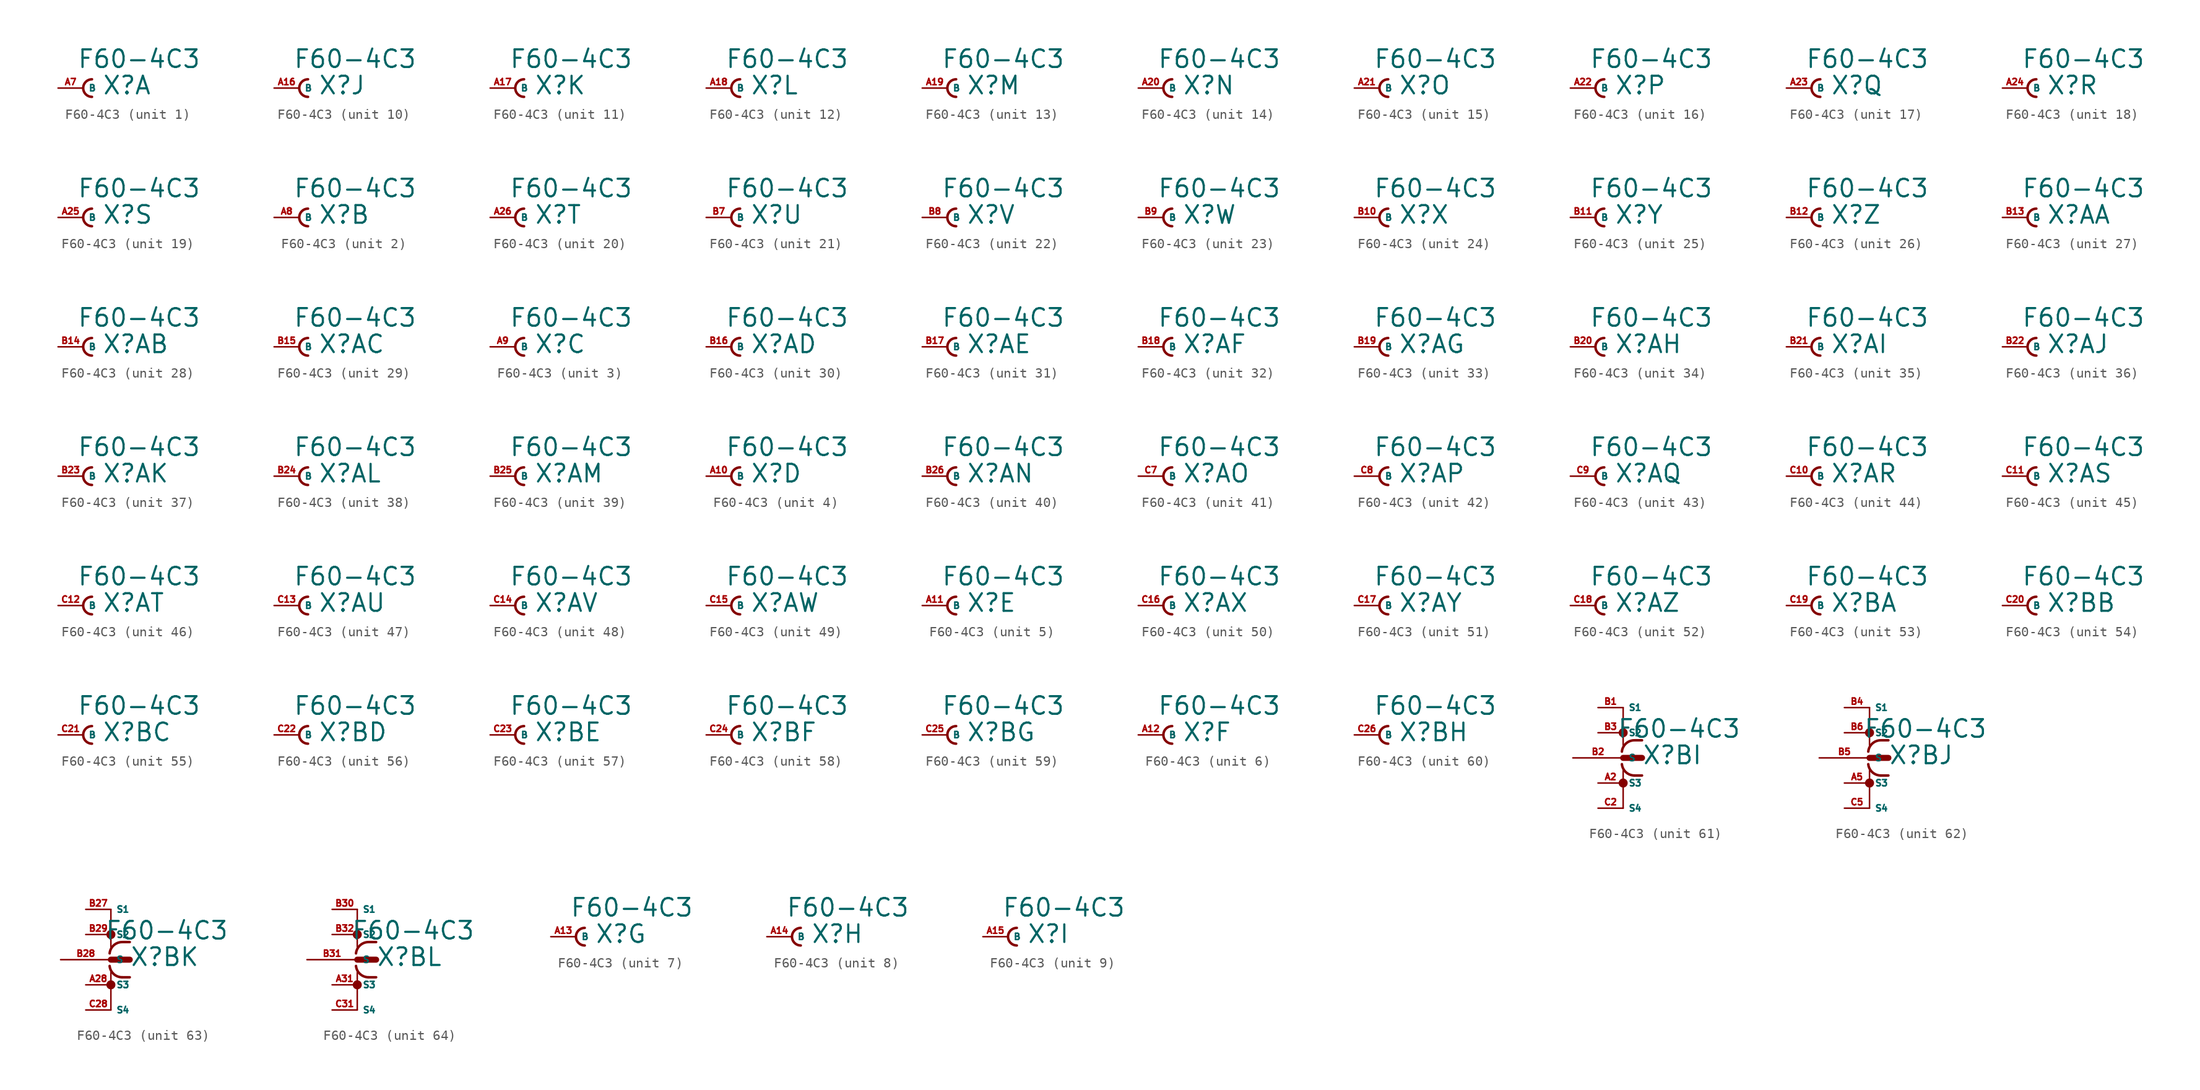
<source format=kicad_sym>
(kicad_symbol_lib
  (version 20220914)
  (generator Eagle2Kicad)
  (symbol "F60-4C3"
    (property "Reference" "X"
      (at 1.905 -0.762 0)
      (effects (font (size 1.778 1.778) (thickness 0.22)) (justify left bottom)))
    (property "Value" "F60-4C3"
      (at -0.635 1.905 0)
      (effects (font (size 1.778 1.778) (thickness 0.22)) (justify left bottom)))
    (symbol "F60-4C3_1_0"
      (arc (start 0.889 0.889) (mid 0.000 0.000) (end 0.889 -0.889) (stroke (width 0.254) (type default)) (fill (type none)))
      (pin passive line (at -2.54 0 0) (length 2.54) (name "B" (effects (font (size 0.635 0.635) (thickness 0.08)) (justify left bottom))) (number "A7" (effects (font (size 0.635 0.635) (thickness 0.08)) (justify left bottom)))))
    (symbol "F60-4C3_2_0"
      (arc (start 0.889 0.889) (mid 0.000 0.000) (end 0.889 -0.889) (stroke (width 0.254) (type default)) (fill (type none)))
      (pin passive line (at -2.54 0 0) (length 2.54) (name "B" (effects (font (size 0.635 0.635) (thickness 0.08)) (justify left bottom))) (number "A8" (effects (font (size 0.635 0.635) (thickness 0.08)) (justify left bottom)))))
    (symbol "F60-4C3_3_0"
      (arc (start 0.889 0.889) (mid 0.000 0.000) (end 0.889 -0.889) (stroke (width 0.254) (type default)) (fill (type none)))
      (pin passive line (at -2.54 0 0) (length 2.54) (name "B" (effects (font (size 0.635 0.635) (thickness 0.08)) (justify left bottom))) (number "A9" (effects (font (size 0.635 0.635) (thickness 0.08)) (justify left bottom)))))
    (symbol "F60-4C3_4_0"
      (arc (start 0.889 0.889) (mid 0.000 0.000) (end 0.889 -0.889) (stroke (width 0.254) (type default)) (fill (type none)))
      (pin passive line (at -2.54 0 0) (length 2.54) (name "B" (effects (font (size 0.635 0.635) (thickness 0.08)) (justify left bottom))) (number "A10" (effects (font (size 0.635 0.635) (thickness 0.08)) (justify left bottom)))))
    (symbol "F60-4C3_5_0"
      (arc (start 0.889 0.889) (mid 0.000 0.000) (end 0.889 -0.889) (stroke (width 0.254) (type default)) (fill (type none)))
      (pin passive line (at -2.54 0 0) (length 2.54) (name "B" (effects (font (size 0.635 0.635) (thickness 0.08)) (justify left bottom))) (number "A11" (effects (font (size 0.635 0.635) (thickness 0.08)) (justify left bottom)))))
    (symbol "F60-4C3_6_0"
      (arc (start 0.889 0.889) (mid 0.000 0.000) (end 0.889 -0.889) (stroke (width 0.254) (type default)) (fill (type none)))
      (pin passive line (at -2.54 0 0) (length 2.54) (name "B" (effects (font (size 0.635 0.635) (thickness 0.08)) (justify left bottom))) (number "A12" (effects (font (size 0.635 0.635) (thickness 0.08)) (justify left bottom)))))
    (symbol "F60-4C3_7_0"
      (arc (start 0.889 0.889) (mid 0.000 0.000) (end 0.889 -0.889) (stroke (width 0.254) (type default)) (fill (type none)))
      (pin passive line (at -2.54 0 0) (length 2.54) (name "B" (effects (font (size 0.635 0.635) (thickness 0.08)) (justify left bottom))) (number "A13" (effects (font (size 0.635 0.635) (thickness 0.08)) (justify left bottom)))))
    (symbol "F60-4C3_8_0"
      (arc (start 0.889 0.889) (mid 0.000 0.000) (end 0.889 -0.889) (stroke (width 0.254) (type default)) (fill (type none)))
      (pin passive line (at -2.54 0 0) (length 2.54) (name "B" (effects (font (size 0.635 0.635) (thickness 0.08)) (justify left bottom))) (number "A14" (effects (font (size 0.635 0.635) (thickness 0.08)) (justify left bottom)))))
    (symbol "F60-4C3_9_0"
      (arc (start 0.889 0.889) (mid 0.000 0.000) (end 0.889 -0.889) (stroke (width 0.254) (type default)) (fill (type none)))
      (pin passive line (at -2.54 0 0) (length 2.54) (name "B" (effects (font (size 0.635 0.635) (thickness 0.08)) (justify left bottom))) (number "A15" (effects (font (size 0.635 0.635) (thickness 0.08)) (justify left bottom)))))
    (symbol "F60-4C3_10_0"
      (arc (start 0.889 0.889) (mid 0.000 0.000) (end 0.889 -0.889) (stroke (width 0.254) (type default)) (fill (type none)))
      (pin passive line (at -2.54 0 0) (length 2.54) (name "B" (effects (font (size 0.635 0.635) (thickness 0.08)) (justify left bottom))) (number "A16" (effects (font (size 0.635 0.635) (thickness 0.08)) (justify left bottom)))))
    (symbol "F60-4C3_11_0"
      (arc (start 0.889 0.889) (mid 0.000 0.000) (end 0.889 -0.889) (stroke (width 0.254) (type default)) (fill (type none)))
      (pin passive line (at -2.54 0 0) (length 2.54) (name "B" (effects (font (size 0.635 0.635) (thickness 0.08)) (justify left bottom))) (number "A17" (effects (font (size 0.635 0.635) (thickness 0.08)) (justify left bottom)))))
    (symbol "F60-4C3_12_0"
      (arc (start 0.889 0.889) (mid 0.000 0.000) (end 0.889 -0.889) (stroke (width 0.254) (type default)) (fill (type none)))
      (pin passive line (at -2.54 0 0) (length 2.54) (name "B" (effects (font (size 0.635 0.635) (thickness 0.08)) (justify left bottom))) (number "A18" (effects (font (size 0.635 0.635) (thickness 0.08)) (justify left bottom)))))
    (symbol "F60-4C3_13_0"
      (arc (start 0.889 0.889) (mid 0.000 0.000) (end 0.889 -0.889) (stroke (width 0.254) (type default)) (fill (type none)))
      (pin passive line (at -2.54 0 0) (length 2.54) (name "B" (effects (font (size 0.635 0.635) (thickness 0.08)) (justify left bottom))) (number "A19" (effects (font (size 0.635 0.635) (thickness 0.08)) (justify left bottom)))))
    (symbol "F60-4C3_14_0"
      (arc (start 0.889 0.889) (mid 0.000 0.000) (end 0.889 -0.889) (stroke (width 0.254) (type default)) (fill (type none)))
      (pin passive line (at -2.54 0 0) (length 2.54) (name "B" (effects (font (size 0.635 0.635) (thickness 0.08)) (justify left bottom))) (number "A20" (effects (font (size 0.635 0.635) (thickness 0.08)) (justify left bottom)))))
    (symbol "F60-4C3_15_0"
      (arc (start 0.889 0.889) (mid 0.000 0.000) (end 0.889 -0.889) (stroke (width 0.254) (type default)) (fill (type none)))
      (pin passive line (at -2.54 0 0) (length 2.54) (name "B" (effects (font (size 0.635 0.635) (thickness 0.08)) (justify left bottom))) (number "A21" (effects (font (size 0.635 0.635) (thickness 0.08)) (justify left bottom)))))
    (symbol "F60-4C3_16_0"
      (arc (start 0.889 0.889) (mid 0.000 0.000) (end 0.889 -0.889) (stroke (width 0.254) (type default)) (fill (type none)))
      (pin passive line (at -2.54 0 0) (length 2.54) (name "B" (effects (font (size 0.635 0.635) (thickness 0.08)) (justify left bottom))) (number "A22" (effects (font (size 0.635 0.635) (thickness 0.08)) (justify left bottom)))))
    (symbol "F60-4C3_17_0"
      (arc (start 0.889 0.889) (mid 0.000 0.000) (end 0.889 -0.889) (stroke (width 0.254) (type default)) (fill (type none)))
      (pin passive line (at -2.54 0 0) (length 2.54) (name "B" (effects (font (size 0.635 0.635) (thickness 0.08)) (justify left bottom))) (number "A23" (effects (font (size 0.635 0.635) (thickness 0.08)) (justify left bottom)))))
    (symbol "F60-4C3_18_0"
      (arc (start 0.889 0.889) (mid 0.000 0.000) (end 0.889 -0.889) (stroke (width 0.254) (type default)) (fill (type none)))
      (pin passive line (at -2.54 0 0) (length 2.54) (name "B" (effects (font (size 0.635 0.635) (thickness 0.08)) (justify left bottom))) (number "A24" (effects (font (size 0.635 0.635) (thickness 0.08)) (justify left bottom)))))
    (symbol "F60-4C3_19_0"
      (arc (start 0.889 0.889) (mid 0.000 0.000) (end 0.889 -0.889) (stroke (width 0.254) (type default)) (fill (type none)))
      (pin passive line (at -2.54 0 0) (length 2.54) (name "B" (effects (font (size 0.635 0.635) (thickness 0.08)) (justify left bottom))) (number "A25" (effects (font (size 0.635 0.635) (thickness 0.08)) (justify left bottom)))))
    (symbol "F60-4C3_20_0"
      (arc (start 0.889 0.889) (mid 0.000 0.000) (end 0.889 -0.889) (stroke (width 0.254) (type default)) (fill (type none)))
      (pin passive line (at -2.54 0 0) (length 2.54) (name "B" (effects (font (size 0.635 0.635) (thickness 0.08)) (justify left bottom))) (number "A26" (effects (font (size 0.635 0.635) (thickness 0.08)) (justify left bottom)))))
    (symbol "F60-4C3_21_0"
      (arc (start 0.889 0.889) (mid 0.000 0.000) (end 0.889 -0.889) (stroke (width 0.254) (type default)) (fill (type none)))
      (pin passive line (at -2.54 0 0) (length 2.54) (name "B" (effects (font (size 0.635 0.635) (thickness 0.08)) (justify left bottom))) (number "B7" (effects (font (size 0.635 0.635) (thickness 0.08)) (justify left bottom)))))
    (symbol "F60-4C3_22_0"
      (arc (start 0.889 0.889) (mid 0.000 0.000) (end 0.889 -0.889) (stroke (width 0.254) (type default)) (fill (type none)))
      (pin passive line (at -2.54 0 0) (length 2.54) (name "B" (effects (font (size 0.635 0.635) (thickness 0.08)) (justify left bottom))) (number "B8" (effects (font (size 0.635 0.635) (thickness 0.08)) (justify left bottom)))))
    (symbol "F60-4C3_23_0"
      (arc (start 0.889 0.889) (mid 0.000 0.000) (end 0.889 -0.889) (stroke (width 0.254) (type default)) (fill (type none)))
      (pin passive line (at -2.54 0 0) (length 2.54) (name "B" (effects (font (size 0.635 0.635) (thickness 0.08)) (justify left bottom))) (number "B9" (effects (font (size 0.635 0.635) (thickness 0.08)) (justify left bottom)))))
    (symbol "F60-4C3_24_0"
      (arc (start 0.889 0.889) (mid 0.000 0.000) (end 0.889 -0.889) (stroke (width 0.254) (type default)) (fill (type none)))
      (pin passive line (at -2.54 0 0) (length 2.54) (name "B" (effects (font (size 0.635 0.635) (thickness 0.08)) (justify left bottom))) (number "B10" (effects (font (size 0.635 0.635) (thickness 0.08)) (justify left bottom)))))
    (symbol "F60-4C3_25_0"
      (arc (start 0.889 0.889) (mid 0.000 0.000) (end 0.889 -0.889) (stroke (width 0.254) (type default)) (fill (type none)))
      (pin passive line (at -2.54 0 0) (length 2.54) (name "B" (effects (font (size 0.635 0.635) (thickness 0.08)) (justify left bottom))) (number "B11" (effects (font (size 0.635 0.635) (thickness 0.08)) (justify left bottom)))))
    (symbol "F60-4C3_26_0"
      (arc (start 0.889 0.889) (mid 0.000 0.000) (end 0.889 -0.889) (stroke (width 0.254) (type default)) (fill (type none)))
      (pin passive line (at -2.54 0 0) (length 2.54) (name "B" (effects (font (size 0.635 0.635) (thickness 0.08)) (justify left bottom))) (number "B12" (effects (font (size 0.635 0.635) (thickness 0.08)) (justify left bottom)))))
    (symbol "F60-4C3_27_0"
      (arc (start 0.889 0.889) (mid 0.000 0.000) (end 0.889 -0.889) (stroke (width 0.254) (type default)) (fill (type none)))
      (pin passive line (at -2.54 0 0) (length 2.54) (name "B" (effects (font (size 0.635 0.635) (thickness 0.08)) (justify left bottom))) (number "B13" (effects (font (size 0.635 0.635) (thickness 0.08)) (justify left bottom)))))
    (symbol "F60-4C3_28_0"
      (arc (start 0.889 0.889) (mid 0.000 0.000) (end 0.889 -0.889) (stroke (width 0.254) (type default)) (fill (type none)))
      (pin passive line (at -2.54 0 0) (length 2.54) (name "B" (effects (font (size 0.635 0.635) (thickness 0.08)) (justify left bottom))) (number "B14" (effects (font (size 0.635 0.635) (thickness 0.08)) (justify left bottom)))))
    (symbol "F60-4C3_29_0"
      (arc (start 0.889 0.889) (mid 0.000 0.000) (end 0.889 -0.889) (stroke (width 0.254) (type default)) (fill (type none)))
      (pin passive line (at -2.54 0 0) (length 2.54) (name "B" (effects (font (size 0.635 0.635) (thickness 0.08)) (justify left bottom))) (number "B15" (effects (font (size 0.635 0.635) (thickness 0.08)) (justify left bottom)))))
    (symbol "F60-4C3_30_0"
      (arc (start 0.889 0.889) (mid 0.000 0.000) (end 0.889 -0.889) (stroke (width 0.254) (type default)) (fill (type none)))
      (pin passive line (at -2.54 0 0) (length 2.54) (name "B" (effects (font (size 0.635 0.635) (thickness 0.08)) (justify left bottom))) (number "B16" (effects (font (size 0.635 0.635) (thickness 0.08)) (justify left bottom)))))
    (symbol "F60-4C3_31_0"
      (arc (start 0.889 0.889) (mid 0.000 0.000) (end 0.889 -0.889) (stroke (width 0.254) (type default)) (fill (type none)))
      (pin passive line (at -2.54 0 0) (length 2.54) (name "B" (effects (font (size 0.635 0.635) (thickness 0.08)) (justify left bottom))) (number "B17" (effects (font (size 0.635 0.635) (thickness 0.08)) (justify left bottom)))))
    (symbol "F60-4C3_32_0"
      (arc (start 0.889 0.889) (mid 0.000 0.000) (end 0.889 -0.889) (stroke (width 0.254) (type default)) (fill (type none)))
      (pin passive line (at -2.54 0 0) (length 2.54) (name "B" (effects (font (size 0.635 0.635) (thickness 0.08)) (justify left bottom))) (number "B18" (effects (font (size 0.635 0.635) (thickness 0.08)) (justify left bottom)))))
    (symbol "F60-4C3_33_0"
      (arc (start 0.889 0.889) (mid 0.000 0.000) (end 0.889 -0.889) (stroke (width 0.254) (type default)) (fill (type none)))
      (pin passive line (at -2.54 0 0) (length 2.54) (name "B" (effects (font (size 0.635 0.635) (thickness 0.08)) (justify left bottom))) (number "B19" (effects (font (size 0.635 0.635) (thickness 0.08)) (justify left bottom)))))
    (symbol "F60-4C3_34_0"
      (arc (start 0.889 0.889) (mid 0.000 0.000) (end 0.889 -0.889) (stroke (width 0.254) (type default)) (fill (type none)))
      (pin passive line (at -2.54 0 0) (length 2.54) (name "B" (effects (font (size 0.635 0.635) (thickness 0.08)) (justify left bottom))) (number "B20" (effects (font (size 0.635 0.635) (thickness 0.08)) (justify left bottom)))))
    (symbol "F60-4C3_35_0"
      (arc (start 0.889 0.889) (mid 0.000 0.000) (end 0.889 -0.889) (stroke (width 0.254) (type default)) (fill (type none)))
      (pin passive line (at -2.54 0 0) (length 2.54) (name "B" (effects (font (size 0.635 0.635) (thickness 0.08)) (justify left bottom))) (number "B21" (effects (font (size 0.635 0.635) (thickness 0.08)) (justify left bottom)))))
    (symbol "F60-4C3_36_0"
      (arc (start 0.889 0.889) (mid 0.000 0.000) (end 0.889 -0.889) (stroke (width 0.254) (type default)) (fill (type none)))
      (pin passive line (at -2.54 0 0) (length 2.54) (name "B" (effects (font (size 0.635 0.635) (thickness 0.08)) (justify left bottom))) (number "B22" (effects (font (size 0.635 0.635) (thickness 0.08)) (justify left bottom)))))
    (symbol "F60-4C3_37_0"
      (arc (start 0.889 0.889) (mid 0.000 0.000) (end 0.889 -0.889) (stroke (width 0.254) (type default)) (fill (type none)))
      (pin passive line (at -2.54 0 0) (length 2.54) (name "B" (effects (font (size 0.635 0.635) (thickness 0.08)) (justify left bottom))) (number "B23" (effects (font (size 0.635 0.635) (thickness 0.08)) (justify left bottom)))))
    (symbol "F60-4C3_38_0"
      (arc (start 0.889 0.889) (mid 0.000 0.000) (end 0.889 -0.889) (stroke (width 0.254) (type default)) (fill (type none)))
      (pin passive line (at -2.54 0 0) (length 2.54) (name "B" (effects (font (size 0.635 0.635) (thickness 0.08)) (justify left bottom))) (number "B24" (effects (font (size 0.635 0.635) (thickness 0.08)) (justify left bottom)))))
    (symbol "F60-4C3_39_0"
      (arc (start 0.889 0.889) (mid 0.000 0.000) (end 0.889 -0.889) (stroke (width 0.254) (type default)) (fill (type none)))
      (pin passive line (at -2.54 0 0) (length 2.54) (name "B" (effects (font (size 0.635 0.635) (thickness 0.08)) (justify left bottom))) (number "B25" (effects (font (size 0.635 0.635) (thickness 0.08)) (justify left bottom)))))
    (symbol "F60-4C3_40_0"
      (arc (start 0.889 0.889) (mid 0.000 0.000) (end 0.889 -0.889) (stroke (width 0.254) (type default)) (fill (type none)))
      (pin passive line (at -2.54 0 0) (length 2.54) (name "B" (effects (font (size 0.635 0.635) (thickness 0.08)) (justify left bottom))) (number "B26" (effects (font (size 0.635 0.635) (thickness 0.08)) (justify left bottom)))))
    (symbol "F60-4C3_41_0"
      (arc (start 0.889 0.889) (mid 0.000 0.000) (end 0.889 -0.889) (stroke (width 0.254) (type default)) (fill (type none)))
      (pin passive line (at -2.54 0 0) (length 2.54) (name "B" (effects (font (size 0.635 0.635) (thickness 0.08)) (justify left bottom))) (number "C7" (effects (font (size 0.635 0.635) (thickness 0.08)) (justify left bottom)))))
    (symbol "F60-4C3_42_0"
      (arc (start 0.889 0.889) (mid 0.000 0.000) (end 0.889 -0.889) (stroke (width 0.254) (type default)) (fill (type none)))
      (pin passive line (at -2.54 0 0) (length 2.54) (name "B" (effects (font (size 0.635 0.635) (thickness 0.08)) (justify left bottom))) (number "C8" (effects (font (size 0.635 0.635) (thickness 0.08)) (justify left bottom)))))
    (symbol "F60-4C3_43_0"
      (arc (start 0.889 0.889) (mid 0.000 0.000) (end 0.889 -0.889) (stroke (width 0.254) (type default)) (fill (type none)))
      (pin passive line (at -2.54 0 0) (length 2.54) (name "B" (effects (font (size 0.635 0.635) (thickness 0.08)) (justify left bottom))) (number "C9" (effects (font (size 0.635 0.635) (thickness 0.08)) (justify left bottom)))))
    (symbol "F60-4C3_44_0"
      (arc (start 0.889 0.889) (mid 0.000 0.000) (end 0.889 -0.889) (stroke (width 0.254) (type default)) (fill (type none)))
      (pin passive line (at -2.54 0 0) (length 2.54) (name "B" (effects (font (size 0.635 0.635) (thickness 0.08)) (justify left bottom))) (number "C10" (effects (font (size 0.635 0.635) (thickness 0.08)) (justify left bottom)))))
    (symbol "F60-4C3_45_0"
      (arc (start 0.889 0.889) (mid 0.000 0.000) (end 0.889 -0.889) (stroke (width 0.254) (type default)) (fill (type none)))
      (pin passive line (at -2.54 0 0) (length 2.54) (name "B" (effects (font (size 0.635 0.635) (thickness 0.08)) (justify left bottom))) (number "C11" (effects (font (size 0.635 0.635) (thickness 0.08)) (justify left bottom)))))
    (symbol "F60-4C3_46_0"
      (arc (start 0.889 0.889) (mid 0.000 0.000) (end 0.889 -0.889) (stroke (width 0.254) (type default)) (fill (type none)))
      (pin passive line (at -2.54 0 0) (length 2.54) (name "B" (effects (font (size 0.635 0.635) (thickness 0.08)) (justify left bottom))) (number "C12" (effects (font (size 0.635 0.635) (thickness 0.08)) (justify left bottom)))))
    (symbol "F60-4C3_47_0"
      (arc (start 0.889 0.889) (mid 0.000 0.000) (end 0.889 -0.889) (stroke (width 0.254) (type default)) (fill (type none)))
      (pin passive line (at -2.54 0 0) (length 2.54) (name "B" (effects (font (size 0.635 0.635) (thickness 0.08)) (justify left bottom))) (number "C13" (effects (font (size 0.635 0.635) (thickness 0.08)) (justify left bottom)))))
    (symbol "F60-4C3_48_0"
      (arc (start 0.889 0.889) (mid 0.000 0.000) (end 0.889 -0.889) (stroke (width 0.254) (type default)) (fill (type none)))
      (pin passive line (at -2.54 0 0) (length 2.54) (name "B" (effects (font (size 0.635 0.635) (thickness 0.08)) (justify left bottom))) (number "C14" (effects (font (size 0.635 0.635) (thickness 0.08)) (justify left bottom)))))
    (symbol "F60-4C3_49_0"
      (arc (start 0.889 0.889) (mid 0.000 0.000) (end 0.889 -0.889) (stroke (width 0.254) (type default)) (fill (type none)))
      (pin passive line (at -2.54 0 0) (length 2.54) (name "B" (effects (font (size 0.635 0.635) (thickness 0.08)) (justify left bottom))) (number "C15" (effects (font (size 0.635 0.635) (thickness 0.08)) (justify left bottom)))))
    (symbol "F60-4C3_50_0"
      (arc (start 0.889 0.889) (mid 0.000 0.000) (end 0.889 -0.889) (stroke (width 0.254) (type default)) (fill (type none)))
      (pin passive line (at -2.54 0 0) (length 2.54) (name "B" (effects (font (size 0.635 0.635) (thickness 0.08)) (justify left bottom))) (number "C16" (effects (font (size 0.635 0.635) (thickness 0.08)) (justify left bottom)))))
    (symbol "F60-4C3_51_0"
      (arc (start 0.889 0.889) (mid 0.000 0.000) (end 0.889 -0.889) (stroke (width 0.254) (type default)) (fill (type none)))
      (pin passive line (at -2.54 0 0) (length 2.54) (name "B" (effects (font (size 0.635 0.635) (thickness 0.08)) (justify left bottom))) (number "C17" (effects (font (size 0.635 0.635) (thickness 0.08)) (justify left bottom)))))
    (symbol "F60-4C3_52_0"
      (arc (start 0.889 0.889) (mid 0.000 0.000) (end 0.889 -0.889) (stroke (width 0.254) (type default)) (fill (type none)))
      (pin passive line (at -2.54 0 0) (length 2.54) (name "B" (effects (font (size 0.635 0.635) (thickness 0.08)) (justify left bottom))) (number "C18" (effects (font (size 0.635 0.635) (thickness 0.08)) (justify left bottom)))))
    (symbol "F60-4C3_53_0"
      (arc (start 0.889 0.889) (mid 0.000 0.000) (end 0.889 -0.889) (stroke (width 0.254) (type default)) (fill (type none)))
      (pin passive line (at -2.54 0 0) (length 2.54) (name "B" (effects (font (size 0.635 0.635) (thickness 0.08)) (justify left bottom))) (number "C19" (effects (font (size 0.635 0.635) (thickness 0.08)) (justify left bottom)))))
    (symbol "F60-4C3_54_0"
      (arc (start 0.889 0.889) (mid 0.000 0.000) (end 0.889 -0.889) (stroke (width 0.254) (type default)) (fill (type none)))
      (pin passive line (at -2.54 0 0) (length 2.54) (name "B" (effects (font (size 0.635 0.635) (thickness 0.08)) (justify left bottom))) (number "C20" (effects (font (size 0.635 0.635) (thickness 0.08)) (justify left bottom)))))
    (symbol "F60-4C3_55_0"
      (arc (start 0.889 0.889) (mid 0.000 0.000) (end 0.889 -0.889) (stroke (width 0.254) (type default)) (fill (type none)))
      (pin passive line (at -2.54 0 0) (length 2.54) (name "B" (effects (font (size 0.635 0.635) (thickness 0.08)) (justify left bottom))) (number "C21" (effects (font (size 0.635 0.635) (thickness 0.08)) (justify left bottom)))))
    (symbol "F60-4C3_56_0"
      (arc (start 0.889 0.889) (mid 0.000 0.000) (end 0.889 -0.889) (stroke (width 0.254) (type default)) (fill (type none)))
      (pin passive line (at -2.54 0 0) (length 2.54) (name "B" (effects (font (size 0.635 0.635) (thickness 0.08)) (justify left bottom))) (number "C22" (effects (font (size 0.635 0.635) (thickness 0.08)) (justify left bottom)))))
    (symbol "F60-4C3_57_0"
      (arc (start 0.889 0.889) (mid 0.000 0.000) (end 0.889 -0.889) (stroke (width 0.254) (type default)) (fill (type none)))
      (pin passive line (at -2.54 0 0) (length 2.54) (name "B" (effects (font (size 0.635 0.635) (thickness 0.08)) (justify left bottom))) (number "C23" (effects (font (size 0.635 0.635) (thickness 0.08)) (justify left bottom)))))
    (symbol "F60-4C3_58_0"
      (arc (start 0.889 0.889) (mid 0.000 0.000) (end 0.889 -0.889) (stroke (width 0.254) (type default)) (fill (type none)))
      (pin passive line (at -2.54 0 0) (length 2.54) (name "B" (effects (font (size 0.635 0.635) (thickness 0.08)) (justify left bottom))) (number "C24" (effects (font (size 0.635 0.635) (thickness 0.08)) (justify left bottom)))))
    (symbol "F60-4C3_59_0"
      (arc (start 0.889 0.889) (mid 0.000 0.000) (end 0.889 -0.889) (stroke (width 0.254) (type default)) (fill (type none)))
      (pin passive line (at -2.54 0 0) (length 2.54) (name "B" (effects (font (size 0.635 0.635) (thickness 0.08)) (justify left bottom))) (number "C25" (effects (font (size 0.635 0.635) (thickness 0.08)) (justify left bottom)))))
    (symbol "F60-4C3_60_0"
      (arc (start 0.889 0.889) (mid 0.000 0.000) (end 0.889 -0.889) (stroke (width 0.254) (type default)) (fill (type none)))
      (pin passive line (at -2.54 0 0) (length 2.54) (name "B" (effects (font (size 0.635 0.635) (thickness 0.08)) (justify left bottom))) (number "C26" (effects (font (size 0.635 0.635) (thickness 0.08)) (justify left bottom)))))
    (symbol "F60-4C3_61_0"
      (polyline (pts (xy 0 0) (xy 1.905 0)) (stroke (width 0.61) (type default)) (fill (type none)))
      (polyline (pts (xy 0 5.08) (xy 0 1.27)) (stroke (width 0.152) (type default)) (fill (type none)))
      (polyline (pts (xy 0 -5.08) (xy 0 -1.27)) (stroke (width 0.152) (type default)) (fill (type none)))
      (polyline (pts (xy 1.905 1.778) (xy 1.143 1.778)) (stroke (width 0.254) (type default)) (fill (type none)))
      (polyline (pts (xy 1.905 -1.778) (xy 1.143 -1.778)) (stroke (width 0.254) (type default)) (fill (type none)))
      (arc (start 1.143 1.778) (mid 0.287 1.452) (end -0.127 0.635) (stroke (width 0.254) (type default)) (fill (type none)))
      (arc (start -0.127 -0.635) (mid 0.287 -1.452) (end 1.143 -1.778) (stroke (width 0.254) (type default)) (fill (type none)))
      (circle (center 0 2.54) (radius 0.254) (stroke (width 0.406) (type default)) (fill (type none)))
      (circle (center 0 -2.54) (radius 0.254) (stroke (width 0.406) (type default)) (fill (type none)))
      (pin passive line (at -5.08 0 0) (length 5.08) (name "S" (effects (font (size 0.635 0.635) (thickness 0.08)) (justify left bottom))) (number "B2" (effects (font (size 0.635 0.635) (thickness 0.08)) (justify left bottom))))
      (pin passive line (at -2.54 5.08 0) (length 2.54) (name "S1" (effects (font (size 0.635 0.635) (thickness 0.08)) (justify left bottom))) (number "B1" (effects (font (size 0.635 0.635) (thickness 0.08)) (justify left bottom))))
      (pin passive line (at -2.54 2.54 0) (length 2.54) (name "S2" (effects (font (size 0.635 0.635) (thickness 0.08)) (justify left bottom))) (number "B3" (effects (font (size 0.635 0.635) (thickness 0.08)) (justify left bottom))))
      (pin passive line (at -2.54 -2.54 0) (length 2.54) (name "S3" (effects (font (size 0.635 0.635) (thickness 0.08)) (justify left bottom))) (number "A2" (effects (font (size 0.635 0.635) (thickness 0.08)) (justify left bottom))))
      (pin passive line (at -2.54 -5.08 0) (length 2.54) (name "S4" (effects (font (size 0.635 0.635) (thickness 0.08)) (justify left bottom))) (number "C2" (effects (font (size 0.635 0.635) (thickness 0.08)) (justify left bottom)))))
    (symbol "F60-4C3_62_0"
      (polyline (pts (xy 0 0) (xy 1.905 0)) (stroke (width 0.61) (type default)) (fill (type none)))
      (polyline (pts (xy 0 5.08) (xy 0 1.27)) (stroke (width 0.152) (type default)) (fill (type none)))
      (polyline (pts (xy 0 -5.08) (xy 0 -1.27)) (stroke (width 0.152) (type default)) (fill (type none)))
      (polyline (pts (xy 1.905 1.778) (xy 1.143 1.778)) (stroke (width 0.254) (type default)) (fill (type none)))
      (polyline (pts (xy 1.905 -1.778) (xy 1.143 -1.778)) (stroke (width 0.254) (type default)) (fill (type none)))
      (arc (start 1.143 1.778) (mid 0.287 1.452) (end -0.127 0.635) (stroke (width 0.254) (type default)) (fill (type none)))
      (arc (start -0.127 -0.635) (mid 0.287 -1.452) (end 1.143 -1.778) (stroke (width 0.254) (type default)) (fill (type none)))
      (circle (center 0 2.54) (radius 0.254) (stroke (width 0.406) (type default)) (fill (type none)))
      (circle (center 0 -2.54) (radius 0.254) (stroke (width 0.406) (type default)) (fill (type none)))
      (pin passive line (at -5.08 0 0) (length 5.08) (name "S" (effects (font (size 0.635 0.635) (thickness 0.08)) (justify left bottom))) (number "B5" (effects (font (size 0.635 0.635) (thickness 0.08)) (justify left bottom))))
      (pin passive line (at -2.54 5.08 0) (length 2.54) (name "S1" (effects (font (size 0.635 0.635) (thickness 0.08)) (justify left bottom))) (number "B4" (effects (font (size 0.635 0.635) (thickness 0.08)) (justify left bottom))))
      (pin passive line (at -2.54 2.54 0) (length 2.54) (name "S2" (effects (font (size 0.635 0.635) (thickness 0.08)) (justify left bottom))) (number "B6" (effects (font (size 0.635 0.635) (thickness 0.08)) (justify left bottom))))
      (pin passive line (at -2.54 -2.54 0) (length 2.54) (name "S3" (effects (font (size 0.635 0.635) (thickness 0.08)) (justify left bottom))) (number "A5" (effects (font (size 0.635 0.635) (thickness 0.08)) (justify left bottom))))
      (pin passive line (at -2.54 -5.08 0) (length 2.54) (name "S4" (effects (font (size 0.635 0.635) (thickness 0.08)) (justify left bottom))) (number "C5" (effects (font (size 0.635 0.635) (thickness 0.08)) (justify left bottom)))))
    (symbol "F60-4C3_63_0"
      (polyline (pts (xy 0 0) (xy 1.905 0)) (stroke (width 0.61) (type default)) (fill (type none)))
      (polyline (pts (xy 0 5.08) (xy 0 1.27)) (stroke (width 0.152) (type default)) (fill (type none)))
      (polyline (pts (xy 0 -5.08) (xy 0 -1.27)) (stroke (width 0.152) (type default)) (fill (type none)))
      (polyline (pts (xy 1.905 1.778) (xy 1.143 1.778)) (stroke (width 0.254) (type default)) (fill (type none)))
      (polyline (pts (xy 1.905 -1.778) (xy 1.143 -1.778)) (stroke (width 0.254) (type default)) (fill (type none)))
      (arc (start 1.143 1.778) (mid 0.287 1.452) (end -0.127 0.635) (stroke (width 0.254) (type default)) (fill (type none)))
      (arc (start -0.127 -0.635) (mid 0.287 -1.452) (end 1.143 -1.778) (stroke (width 0.254) (type default)) (fill (type none)))
      (circle (center 0 2.54) (radius 0.254) (stroke (width 0.406) (type default)) (fill (type none)))
      (circle (center 0 -2.54) (radius 0.254) (stroke (width 0.406) (type default)) (fill (type none)))
      (pin passive line (at -5.08 0 0) (length 5.08) (name "S" (effects (font (size 0.635 0.635) (thickness 0.08)) (justify left bottom))) (number "B28" (effects (font (size 0.635 0.635) (thickness 0.08)) (justify left bottom))))
      (pin passive line (at -2.54 5.08 0) (length 2.54) (name "S1" (effects (font (size 0.635 0.635) (thickness 0.08)) (justify left bottom))) (number "B27" (effects (font (size 0.635 0.635) (thickness 0.08)) (justify left bottom))))
      (pin passive line (at -2.54 2.54 0) (length 2.54) (name "S2" (effects (font (size 0.635 0.635) (thickness 0.08)) (justify left bottom))) (number "B29" (effects (font (size 0.635 0.635) (thickness 0.08)) (justify left bottom))))
      (pin passive line (at -2.54 -2.54 0) (length 2.54) (name "S3" (effects (font (size 0.635 0.635) (thickness 0.08)) (justify left bottom))) (number "A28" (effects (font (size 0.635 0.635) (thickness 0.08)) (justify left bottom))))
      (pin passive line (at -2.54 -5.08 0) (length 2.54) (name "S4" (effects (font (size 0.635 0.635) (thickness 0.08)) (justify left bottom))) (number "C28" (effects (font (size 0.635 0.635) (thickness 0.08)) (justify left bottom)))))
    (symbol "F60-4C3_64_0"
      (polyline (pts (xy 0 0) (xy 1.905 0)) (stroke (width 0.61) (type default)) (fill (type none)))
      (polyline (pts (xy 0 5.08) (xy 0 1.27)) (stroke (width 0.152) (type default)) (fill (type none)))
      (polyline (pts (xy 0 -5.08) (xy 0 -1.27)) (stroke (width 0.152) (type default)) (fill (type none)))
      (polyline (pts (xy 1.905 1.778) (xy 1.143 1.778)) (stroke (width 0.254) (type default)) (fill (type none)))
      (polyline (pts (xy 1.905 -1.778) (xy 1.143 -1.778)) (stroke (width 0.254) (type default)) (fill (type none)))
      (arc (start 1.143 1.778) (mid 0.287 1.452) (end -0.127 0.635) (stroke (width 0.254) (type default)) (fill (type none)))
      (arc (start -0.127 -0.635) (mid 0.287 -1.452) (end 1.143 -1.778) (stroke (width 0.254) (type default)) (fill (type none)))
      (circle (center 0 2.54) (radius 0.254) (stroke (width 0.406) (type default)) (fill (type none)))
      (circle (center 0 -2.54) (radius 0.254) (stroke (width 0.406) (type default)) (fill (type none)))
      (pin passive line (at -5.08 0 0) (length 5.08) (name "S" (effects (font (size 0.635 0.635) (thickness 0.08)) (justify left bottom))) (number "B31" (effects (font (size 0.635 0.635) (thickness 0.08)) (justify left bottom))))
      (pin passive line (at -2.54 5.08 0) (length 2.54) (name "S1" (effects (font (size 0.635 0.635) (thickness 0.08)) (justify left bottom))) (number "B30" (effects (font (size 0.635 0.635) (thickness 0.08)) (justify left bottom))))
      (pin passive line (at -2.54 2.54 0) (length 2.54) (name "S2" (effects (font (size 0.635 0.635) (thickness 0.08)) (justify left bottom))) (number "B32" (effects (font (size 0.635 0.635) (thickness 0.08)) (justify left bottom))))
      (pin passive line (at -2.54 -2.54 0) (length 2.54) (name "S3" (effects (font (size 0.635 0.635) (thickness 0.08)) (justify left bottom))) (number "A31" (effects (font (size 0.635 0.635) (thickness 0.08)) (justify left bottom))))
      (pin passive line (at -2.54 -5.08 0) (length 2.54) (name "S4" (effects (font (size 0.635 0.635) (thickness 0.08)) (justify left bottom))) (number "C31" (effects (font (size 0.635 0.635) (thickness 0.08)) (justify left bottom)))))))
</source>
